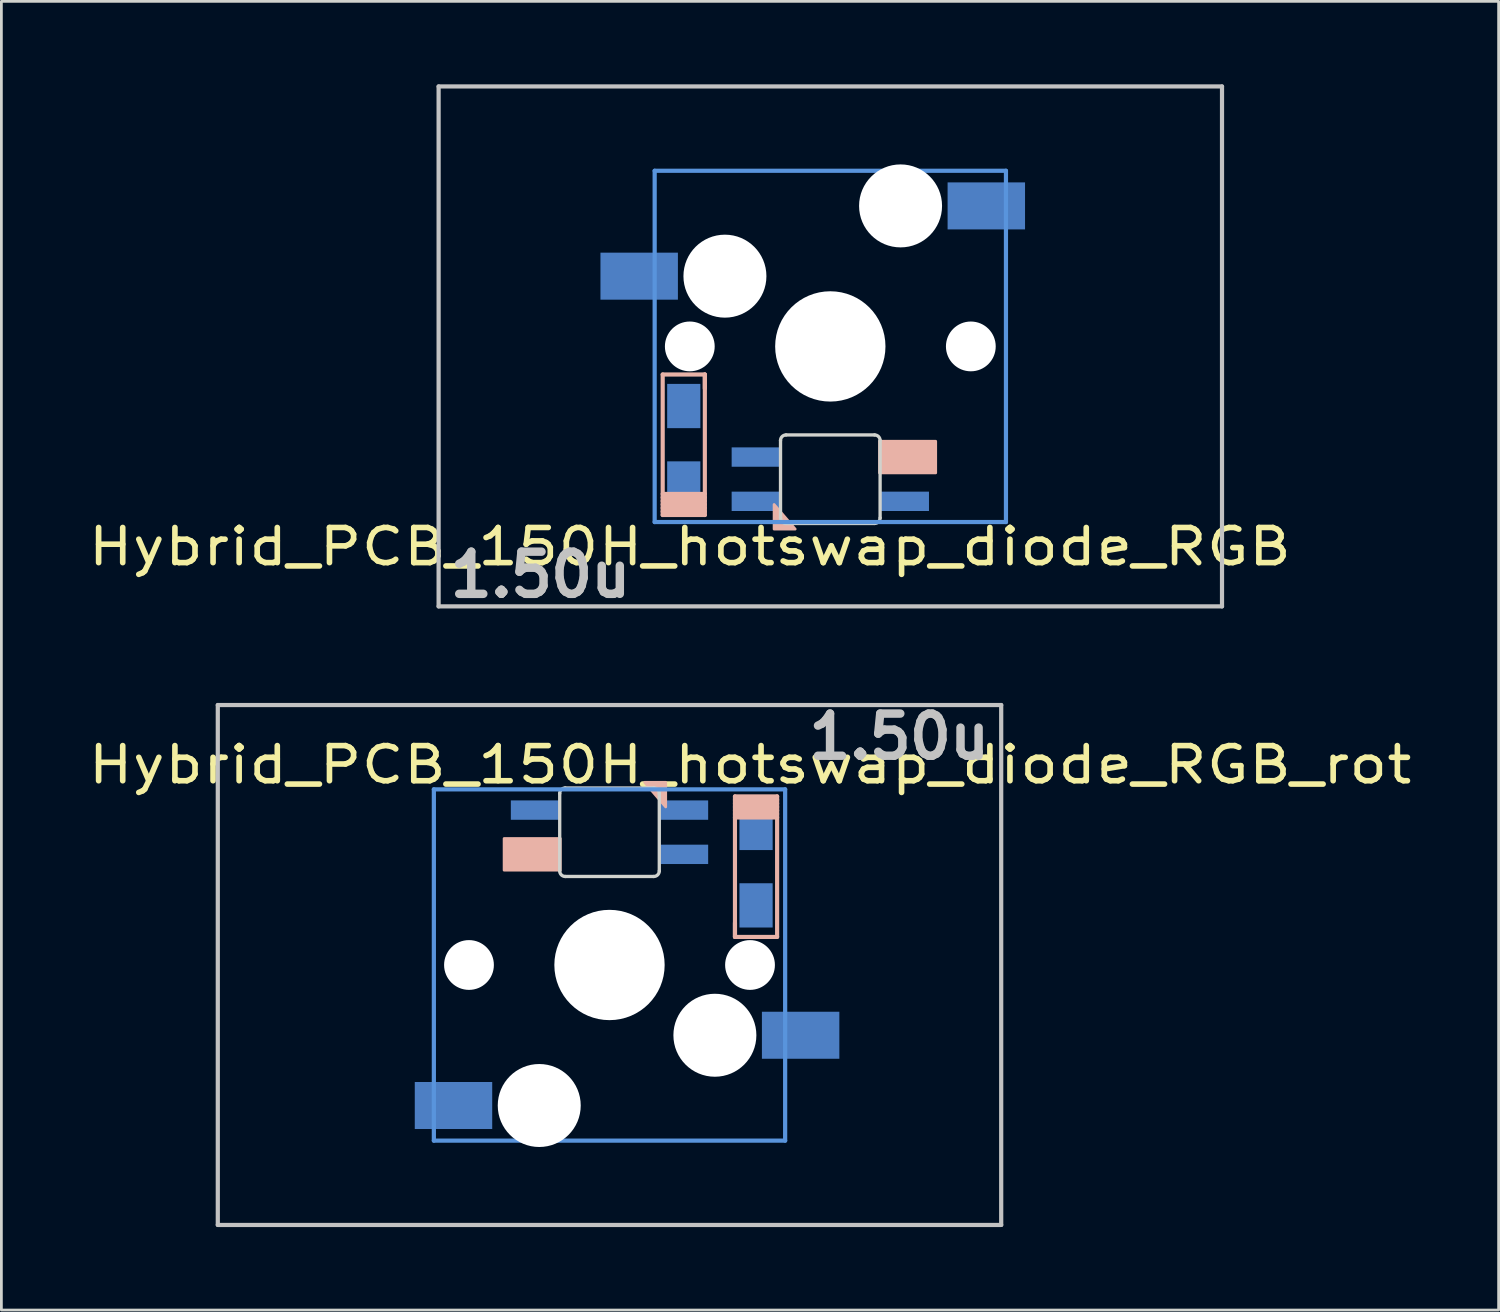
<source format=kicad_pcb>
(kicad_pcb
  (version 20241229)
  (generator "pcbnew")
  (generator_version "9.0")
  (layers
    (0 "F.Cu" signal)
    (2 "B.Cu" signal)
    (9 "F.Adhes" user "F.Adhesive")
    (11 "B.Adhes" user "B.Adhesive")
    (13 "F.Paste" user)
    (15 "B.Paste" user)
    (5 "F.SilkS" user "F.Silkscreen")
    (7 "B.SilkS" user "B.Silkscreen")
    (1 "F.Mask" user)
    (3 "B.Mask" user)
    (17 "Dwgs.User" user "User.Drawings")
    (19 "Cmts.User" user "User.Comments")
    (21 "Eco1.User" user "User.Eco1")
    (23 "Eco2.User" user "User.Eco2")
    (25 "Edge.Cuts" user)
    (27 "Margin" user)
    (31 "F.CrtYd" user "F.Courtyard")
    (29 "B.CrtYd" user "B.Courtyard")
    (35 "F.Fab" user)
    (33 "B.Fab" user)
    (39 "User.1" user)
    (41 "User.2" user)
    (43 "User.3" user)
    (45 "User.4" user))
  (footprint "Hybrid_PCB_150H_hotswap_diode_RGB_rot"
    (layer "F.Cu")
    (at 18.985 31.837)
    (property "Reference" "Hybrid_PCB_150H_hotswap_diode_RGB_rot" (at 5.08 -7.239 180) (layer "F.SilkS") (effects (font (size 1.27 1.524) (thickness 0.203))))
    (attr smd)
    (fp_line (start 4.536 -6.095) (end 6.06 -6.095) (stroke (width 0.15) (type solid)) (layer "B.SilkS"))
    (fp_line (start 4.536 -5.968) (end 6.06 -5.968) (stroke (width 0.15) (type solid)) (layer "B.SilkS"))
    (fp_line (start 4.536 -5.714) (end 6.06 -5.714) (stroke (width 0.15) (type solid)) (layer "B.SilkS"))
    (fp_line (start 4.536 -5.46) (end 6.06 -5.46) (stroke (width 0.15) (type solid)) (layer "B.SilkS"))
    (fp_line (start 4.536 -5.333) (end 6.06 -5.333) (stroke (width 0.15) (type solid)) (layer "B.SilkS"))
    (fp_line (start 4.536 -1.015) (end 4.536 -6.095) (stroke (width 0.15) (type solid)) (layer "B.SilkS"))
    (fp_line (start 4.536 -1.015) (end 4.536 -1.523) (stroke (width 0.15) (type solid)) (layer "B.SilkS"))
    (fp_line (start 6.06 -6.095) (end 6.06 -1.015) (stroke (width 0.15) (type solid)) (layer "B.SilkS"))
    (fp_line (start 6.06 -5.841) (end 4.536 -5.841) (stroke (width 0.15) (type solid)) (layer "B.SilkS"))
    (fp_line (start 6.06 -5.587) (end 4.536 -5.587) (stroke (width 0.15) (type solid)) (layer "B.SilkS"))
    (fp_line (start 6.06 -1.015) (end 4.536 -1.015) (stroke (width 0.15) (type solid)) (layer "B.SilkS"))
    (fp_poly (pts (xy 1.27 -6.604) (xy 2.032 -5.715) (xy 2.032 -6.604)) (stroke (width 0.1) (type solid)) (fill yes) (layer "B.SilkS"))
    (fp_poly (pts (xy -1.778 -4.572) (xy -3.81 -4.572) (xy -3.81 -3.429) (xy -1.778 -3.429)) (stroke (width 0.1) (type solid)) (fill yes) (layer "B.SilkS"))
    (fp_line (start -14.161 -9.398) (end 14.161 -9.398) (stroke (width 0.152) (type solid)) (layer "Dwgs.User"))
    (fp_line (start -14.161 9.398) (end -14.161 -9.398) (stroke (width 0.152) (type solid)) (layer "Dwgs.User"))
    (fp_line (start 14.161 -9.398) (end 14.161 9.398) (stroke (width 0.152) (type solid)) (layer "Dwgs.User"))
    (fp_line (start 14.161 9.398) (end -14.161 9.398) (stroke (width 0.152) (type solid)) (layer "Dwgs.User"))
    (fp_line (start -6.35 -6.35) (end 6.35 -6.35) (stroke (width 0.152) (type solid)) (layer "Cmts.User"))
    (fp_line (start -6.35 6.35) (end -6.35 -6.35) (stroke (width 0.152) (type solid)) (layer "Cmts.User"))
    (fp_line (start 6.35 -6.35) (end 6.35 6.35) (stroke (width 0.152) (type solid)) (layer "Cmts.User"))
    (fp_line (start 6.35 6.35) (end -6.35 6.35) (stroke (width 0.152) (type solid)) (layer "Cmts.User"))
    (fp_line (start -9.5 -5.5) (end -9.5 -0.7) (stroke (width 0.15) (type solid)) (layer "Eco2.User"))
    (fp_line (start -9.5 -0.7) (end -7.5 -0.7) (stroke (width 0.15) (type solid)) (layer "Eco2.User"))
    (fp_line (start -7.5 -7.5) (end 7.5 -7.5) (stroke (width 0.15) (type solid)) (layer "Eco2.User"))
    (fp_line (start -7.5 -5.5) (end -9.5 -5.5) (stroke (width 0.15) (type solid)) (layer "Eco2.User"))
    (fp_line (start -7.5 7.5) (end -7.5 -7.5) (stroke (width 0.15) (type solid)) (layer "Eco2.User"))
    (fp_line (start -6.985 -6.985) (end 6.985 -6.985) (stroke (width 0.152) (type solid)) (layer "Eco2.User"))
    (fp_line (start -6.985 6.985) (end -6.985 -6.985) (stroke (width 0.152) (type solid)) (layer "Eco2.User"))
    (fp_line (start 6.985 -6.985) (end 6.985 6.985) (stroke (width 0.152) (type solid)) (layer "Eco2.User"))
    (fp_line (start 6.985 6.985) (end -6.985 6.985) (stroke (width 0.152) (type solid)) (layer "Eco2.User"))
    (fp_line (start 7.5 -7.5) (end 7.5 7.5) (stroke (width 0.15) (type solid)) (layer "Eco2.User"))
    (fp_line (start 7.5 0.7) (end 9.5 0.7) (stroke (width 0.15) (type solid)) (layer "Eco2.User"))
    (fp_line (start 7.5 7.5) (end -7.5 7.5) (stroke (width 0.15) (type solid)) (layer "Eco2.User"))
    (fp_line (start 9.5 0.7) (end 9.5 5.5) (stroke (width 0.15) (type solid)) (layer "Eco2.User"))
    (fp_line (start 9.5 5.5) (end 7.5 5.5) (stroke (width 0.15) (type solid)) (layer "Eco2.User"))
    (fp_line (start -1.8 -3.4) (end -1.8 -6.2) (stroke (width 0.12) (type solid)) (layer "Edge.Cuts"))
    (fp_line (start 1.6 -6.4) (end -1.6 -6.4) (stroke (width 0.12) (type solid)) (layer "Edge.Cuts"))
    (fp_line (start 1.6 -3.2) (end -1.6 -3.2) (stroke (width 0.12) (type solid)) (layer "Edge.Cuts"))
    (fp_line (start 1.8 -3.4) (end 1.8 -6.2) (stroke (width 0.12) (type solid)) (layer "Edge.Cuts"))
    (fp_arc (start -1.8 -6.2) (mid -1.741421 -6.341421) (end -1.6 -6.4) (stroke (width 0.12) (type solid)) (layer "Edge.Cuts"))
    (fp_arc (start -1.6 -3.2) (mid -1.741421 -3.258579) (end -1.8 -3.4) (stroke (width 0.12) (type solid)) (layer "Edge.Cuts"))
    (fp_arc (start 1.6 -6.4) (mid 1.741421 -6.341421) (end 1.8 -6.2) (stroke (width 0.12) (type solid)) (layer "Edge.Cuts"))
    (fp_arc (start 1.8 -3.4) (mid 1.741421 -3.258579) (end 1.6 -3.2) (stroke (width 0.12) (type solid)) (layer "Edge.Cuts"))
    (fp_text user "1.50u" (at 10.477 -8.255 180) (layer "Dwgs.User") (effects (font (size 1.524 1.524) (thickness 0.305))))
    (pad "" np_thru_hole circle (at -5.08 0 180) (size 1.8 1.8) (drill 1.8) (layers "*.Cu" "*.Mask"))
    (pad "" np_thru_hole circle (at -2.54 5.08 180) (size 3 3) (drill 3) (layers "*.Cu" "*.Mask"))
    (pad "" np_thru_hole circle (at 0 0 270) (size 3.988 3.988) (drill 3.988) (layers "*.Cu" "*.Mask"))
    (pad "" np_thru_hole circle (at 3.81 2.54 180) (size 3 3) (drill 3) (layers "*.Cu" "*.Mask"))
    (pad "" np_thru_hole circle (at 5.08 0 180) (size 1.8 1.8) (drill 1.8) (layers "*.Cu" "*.Mask"))
    (pad "1" smd rect (at -5.64 5.08 180) (size 2.8 1.7) (layers "B.Cu" "B.Mask" "B.Paste"))
    (pad "2" smd rect (at 6.91 2.54 180) (size 2.8 1.7) (layers "B.Cu" "B.Mask" "B.Paste"))
    (pad "3" smd rect (at 5.298 -4.955 90) (size 1.6 1.2) (layers "B.Cu" "B.Mask" "B.Paste"))
    (pad "4" smd rect (at 5.298 -2.155 90) (size 1.6 1.2) (layers "B.Cu" "B.Mask" "B.Paste"))
    (pad "5" smd rect (at -2.667 -4 180) (size 1.8 0.7) (layers "B.Cu" "B.Mask" "B.Paste"))
    (pad "6" smd rect (at 2.667 -4 180) (size 1.8 0.7) (layers "B.Cu" "B.Mask" "B.Paste"))
    (pad "7" smd rect (at 2.667 -5.6 180) (size 1.8 0.7) (layers "B.Cu" "B.Mask" "B.Paste"))
    (pad "8" smd rect (at -2.667 -5.6 180) (size 1.8 0.7) (layers "B.Cu" "B.Mask" "B.Paste")))
  (footprint "Hybrid_PCB_150H_hotswap_diode_RGB"
    (layer "F.Cu")
    (at 26.968 9.474)
    (property "Reference" "Hybrid_PCB_150H_hotswap_diode_RGB" (at -5.08 7.239 0) (layer "F.SilkS") (effects (font (size 1.27 1.524) (thickness 0.203))))
    (attr smd)
    (fp_line (start -6.06 1.015) (end -4.536 1.015) (stroke (width 0.15) (type solid)) (layer "B.SilkS"))
    (fp_line (start -6.06 5.587) (end -4.536 5.587) (stroke (width 0.15) (type solid)) (layer "B.SilkS"))
    (fp_line (start -6.06 5.841) (end -4.536 5.841) (stroke (width 0.15) (type solid)) (layer "B.SilkS"))
    (fp_line (start -6.06 6.095) (end -6.06 1.015) (stroke (width 0.15) (type solid)) (layer "B.SilkS"))
    (fp_line (start -4.536 1.015) (end -4.536 1.523) (stroke (width 0.15) (type solid)) (layer "B.SilkS"))
    (fp_line (start -4.536 1.015) (end -4.536 6.095) (stroke (width 0.15) (type solid)) (layer "B.SilkS"))
    (fp_line (start -4.536 5.333) (end -6.06 5.333) (stroke (width 0.15) (type solid)) (layer "B.SilkS"))
    (fp_line (start -4.536 5.46) (end -6.06 5.46) (stroke (width 0.15) (type solid)) (layer "B.SilkS"))
    (fp_line (start -4.536 5.714) (end -6.06 5.714) (stroke (width 0.15) (type solid)) (layer "B.SilkS"))
    (fp_line (start -4.536 5.968) (end -6.06 5.968) (stroke (width 0.15) (type solid)) (layer "B.SilkS"))
    (fp_line (start -4.536 6.095) (end -6.06 6.095) (stroke (width 0.15) (type solid)) (layer "B.SilkS"))
    (fp_poly (pts (xy -1.27 6.604) (xy -2.032 5.715) (xy -2.032 6.604)) (stroke (width 0.1) (type solid)) (fill yes) (layer "B.SilkS"))
    (fp_poly (pts (xy 1.778 4.572) (xy 3.81 4.572) (xy 3.81 3.429) (xy 1.778 3.429)) (stroke (width 0.1) (type solid)) (fill yes) (layer "B.SilkS"))
    (fp_line (start -14.161 -9.398) (end 14.161 -9.398) (stroke (width 0.152) (type solid)) (layer "Dwgs.User"))
    (fp_line (start -14.161 9.398) (end -14.161 -9.398) (stroke (width 0.152) (type solid)) (layer "Dwgs.User"))
    (fp_line (start 14.161 -9.398) (end 14.161 9.398) (stroke (width 0.152) (type solid)) (layer "Dwgs.User"))
    (fp_line (start 14.161 9.398) (end -14.161 9.398) (stroke (width 0.152) (type solid)) (layer "Dwgs.User"))
    (fp_line (start -6.35 -6.35) (end 6.35 -6.35) (stroke (width 0.152) (type solid)) (layer "Cmts.User"))
    (fp_line (start -6.35 6.35) (end -6.35 -6.35) (stroke (width 0.152) (type solid)) (layer "Cmts.User"))
    (fp_line (start 6.35 -6.35) (end 6.35 6.35) (stroke (width 0.152) (type solid)) (layer "Cmts.User"))
    (fp_line (start 6.35 6.35) (end -6.35 6.35) (stroke (width 0.152) (type solid)) (layer "Cmts.User"))
    (fp_line (start -6.985 -6.985) (end 6.985 -6.985) (stroke (width 0.152) (type solid)) (layer "Eco2.User"))
    (fp_line (start -6.985 6.985) (end -6.985 -6.985) (stroke (width 0.152) (type solid)) (layer "Eco2.User"))
    (fp_line (start 6.985 -6.985) (end 6.985 6.985) (stroke (width 0.152) (type solid)) (layer "Eco2.User"))
    (fp_line (start 6.985 6.985) (end -6.985 6.985) (stroke (width 0.152) (type solid)) (layer "Eco2.User"))
    (fp_line (start -1.8 3.4) (end -1.8 6.2) (stroke (width 0.12) (type solid)) (layer "Edge.Cuts"))
    (fp_line (start -1.6 3.2) (end 1.6 3.2) (stroke (width 0.12) (type solid)) (layer "Edge.Cuts"))
    (fp_line (start -1.6 6.4) (end 1.6 6.4) (stroke (width 0.12) (type solid)) (layer "Edge.Cuts"))
    (fp_line (start 1.8 3.4) (end 1.8 6.2) (stroke (width 0.12) (type solid)) (layer "Edge.Cuts"))
    (fp_arc (start -1.8 3.4) (mid -1.741421 3.258579) (end -1.6 3.2) (stroke (width 0.12) (type solid)) (layer "Edge.Cuts"))
    (fp_arc (start -1.6 6.4) (mid -1.741421 6.341421) (end -1.8 6.2) (stroke (width 0.12) (type solid)) (layer "Edge.Cuts"))
    (fp_arc (start 1.6 3.2) (mid 1.741421 3.258579) (end 1.8 3.4) (stroke (width 0.12) (type solid)) (layer "Edge.Cuts"))
    (fp_arc (start 1.8 6.2) (mid 1.741421 6.341421) (end 1.6 6.4) (stroke (width 0.12) (type solid)) (layer "Edge.Cuts"))
    (fp_text user "1.50u" (at -10.477 8.255 0) (layer "Dwgs.User") (effects (font (size 1.524 1.524) (thickness 0.305))))
    (pad "" np_thru_hole circle (at -5.08 0) (size 1.8 1.8) (drill 1.8) (layers "*.Cu" "*.Mask"))
    (pad "" np_thru_hole circle (at -3.81 -2.54) (size 3 3) (drill 3) (layers "*.Cu" "*.Mask"))
    (pad "" np_thru_hole circle (at 0 0 90) (size 3.988 3.988) (drill 3.988) (layers "*.Cu" "*.Mask"))
    (pad "" np_thru_hole circle (at 2.54 -5.08) (size 3 3) (drill 3) (layers "*.Cu" "*.Mask"))
    (pad "" np_thru_hole circle (at 5.08 0) (size 1.8 1.8) (drill 1.8) (layers "*.Cu" "*.Mask"))
    (pad "1" smd rect (at 5.64 -5.08) (size 2.8 1.7) (layers "B.Cu" "B.Mask" "B.Paste"))
    (pad "2" smd rect (at -6.91 -2.54) (size 2.8 1.7) (layers "B.Cu" "B.Mask" "B.Paste"))
    (pad "3" smd rect (at -5.298 4.955 270) (size 1.6 1.2) (layers "B.Cu" "B.Mask" "B.Paste"))
    (pad "4" smd rect (at -5.298 2.155 270) (size 1.6 1.2) (layers "B.Cu" "B.Mask" "B.Paste"))
    (pad "5" smd rect (at 2.667 4) (size 1.8 0.7) (layers "B.Cu" "B.Mask" "B.Paste"))
    (pad "6" smd rect (at -2.667 4) (size 1.8 0.7) (layers "B.Cu" "B.Mask" "B.Paste"))
    (pad "7" smd rect (at -2.667 5.6) (size 1.8 0.7) (layers "B.Cu" "B.Mask" "B.Paste"))
    (pad "8" smd rect (at 2.667 5.6) (size 1.8 0.7) (layers "B.Cu" "B.Mask" "B.Paste")))
  (gr_rect
    (start -3 -3)
    (end 51.129 44.311)
    (stroke (width 0.1) (type default))
    (fill no)
    (layer "Edge.Cuts")))
</source>
